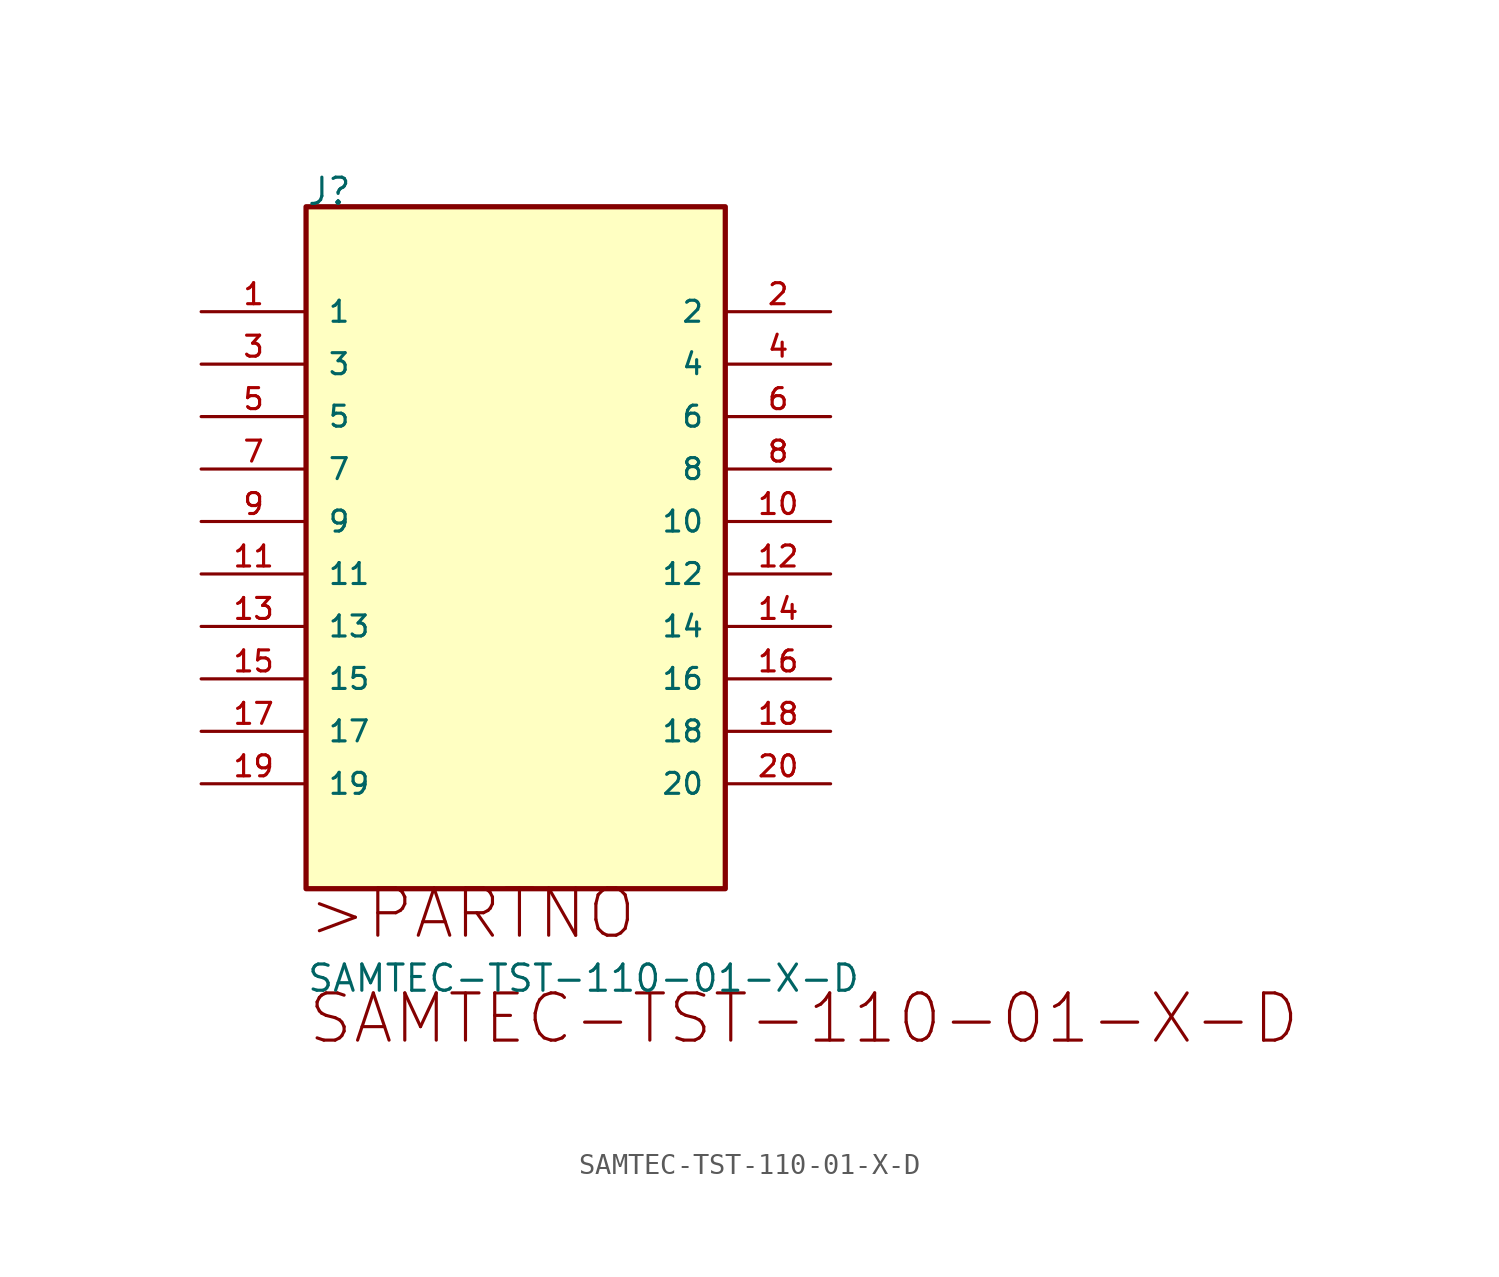
<source format=kicad_sym>
(kicad_symbol_lib
  (version 20211014)
  (generator kicad_symbol_editor)
  (symbol "SAMTEC-TST-110-01-X-D"
    (pin_names
      (offset 1.016))
    (property "Reference" "J"
      (at 0.0 5.08 0)
      (effects (font (size 1.27 1.27)) (justify bottom left)))
    (property "Value" "SAMTEC-TST-110-01-X-D"
      (at 0.0 -33.02 0)
      (effects (font (size 1.27 1.27)) (justify bottom left)))
    (symbol "SAMTEC-TST-110-01-X-D_0_0"
      (text ">PARTNO" (at 0.0 -30.48 0) (effects (font (size 2.286 2.286)) (justify bottom left)))
      (text "SAMTEC-TST-110-01-X-D" (at 0.0 -35.56 0) (effects (font (size 2.286 2.286)) (justify bottom left)))
      (rectangle (start 0.0 -27.94) (end 20.3 5.08) (stroke (width 0.254)) (fill (type background)))
      (pin passive line (at -5.08 -0.0 0) (length 5.08) (name "1" (effects (font (size 1.016 1.016)))) (number "1" (effects (font (size 1.016 1.016)))))
      (pin passive line (at 25.4 -0.0 180.0) (length 5.08) (name "2" (effects (font (size 1.016 1.016)))) (number "2" (effects (font (size 1.016 1.016)))))
      (pin passive line (at -5.08 -2.54 0) (length 5.08) (name "3" (effects (font (size 1.016 1.016)))) (number "3" (effects (font (size 1.016 1.016)))))
      (pin passive line (at 25.4 -2.54 180.0) (length 5.08) (name "4" (effects (font (size 1.016 1.016)))) (number "4" (effects (font (size 1.016 1.016)))))
      (pin passive line (at -5.08 -5.08 0) (length 5.08) (name "5" (effects (font (size 1.016 1.016)))) (number "5" (effects (font (size 1.016 1.016)))))
      (pin passive line (at 25.4 -5.08 180.0) (length 5.08) (name "6" (effects (font (size 1.016 1.016)))) (number "6" (effects (font (size 1.016 1.016)))))
      (pin passive line (at -5.08 -7.62 0) (length 5.08) (name "7" (effects (font (size 1.016 1.016)))) (number "7" (effects (font (size 1.016 1.016)))))
      (pin passive line (at 25.4 -7.62 180.0) (length 5.08) (name "8" (effects (font (size 1.016 1.016)))) (number "8" (effects (font (size 1.016 1.016)))))
      (pin passive line (at -5.08 -10.16 0) (length 5.08) (name "9" (effects (font (size 1.016 1.016)))) (number "9" (effects (font (size 1.016 1.016)))))
      (pin passive line (at 25.4 -10.16 180.0) (length 5.08) (name "10" (effects (font (size 1.016 1.016)))) (number "10" (effects (font (size 1.016 1.016)))))
      (pin passive line (at -5.08 -12.7 0) (length 5.08) (name "11" (effects (font (size 1.016 1.016)))) (number "11" (effects (font (size 1.016 1.016)))))
      (pin passive line (at 25.4 -12.7 180.0) (length 5.08) (name "12" (effects (font (size 1.016 1.016)))) (number "12" (effects (font (size 1.016 1.016)))))
      (pin passive line (at -5.08 -15.24 0) (length 5.08) (name "13" (effects (font (size 1.016 1.016)))) (number "13" (effects (font (size 1.016 1.016)))))
      (pin passive line (at 25.4 -15.24 180.0) (length 5.08) (name "14" (effects (font (size 1.016 1.016)))) (number "14" (effects (font (size 1.016 1.016)))))
      (pin passive line (at -5.08 -17.78 0) (length 5.08) (name "15" (effects (font (size 1.016 1.016)))) (number "15" (effects (font (size 1.016 1.016)))))
      (pin passive line (at 25.4 -17.78 180.0) (length 5.08) (name "16" (effects (font (size 1.016 1.016)))) (number "16" (effects (font (size 1.016 1.016)))))
      (pin passive line (at -5.08 -20.32 0) (length 5.08) (name "17" (effects (font (size 1.016 1.016)))) (number "17" (effects (font (size 1.016 1.016)))))
      (pin passive line (at 25.4 -20.32 180.0) (length 5.08) (name "18" (effects (font (size 1.016 1.016)))) (number "18" (effects (font (size 1.016 1.016)))))
      (pin passive line (at -5.08 -22.86 0) (length 5.08) (name "19" (effects (font (size 1.016 1.016)))) (number "19" (effects (font (size 1.016 1.016)))))
      (pin passive line (at 25.4 -22.86 180.0) (length 5.08) (name "20" (effects (font (size 1.016 1.016)))) (number "20" (effects (font (size 1.016 1.016))))))))
</source>
